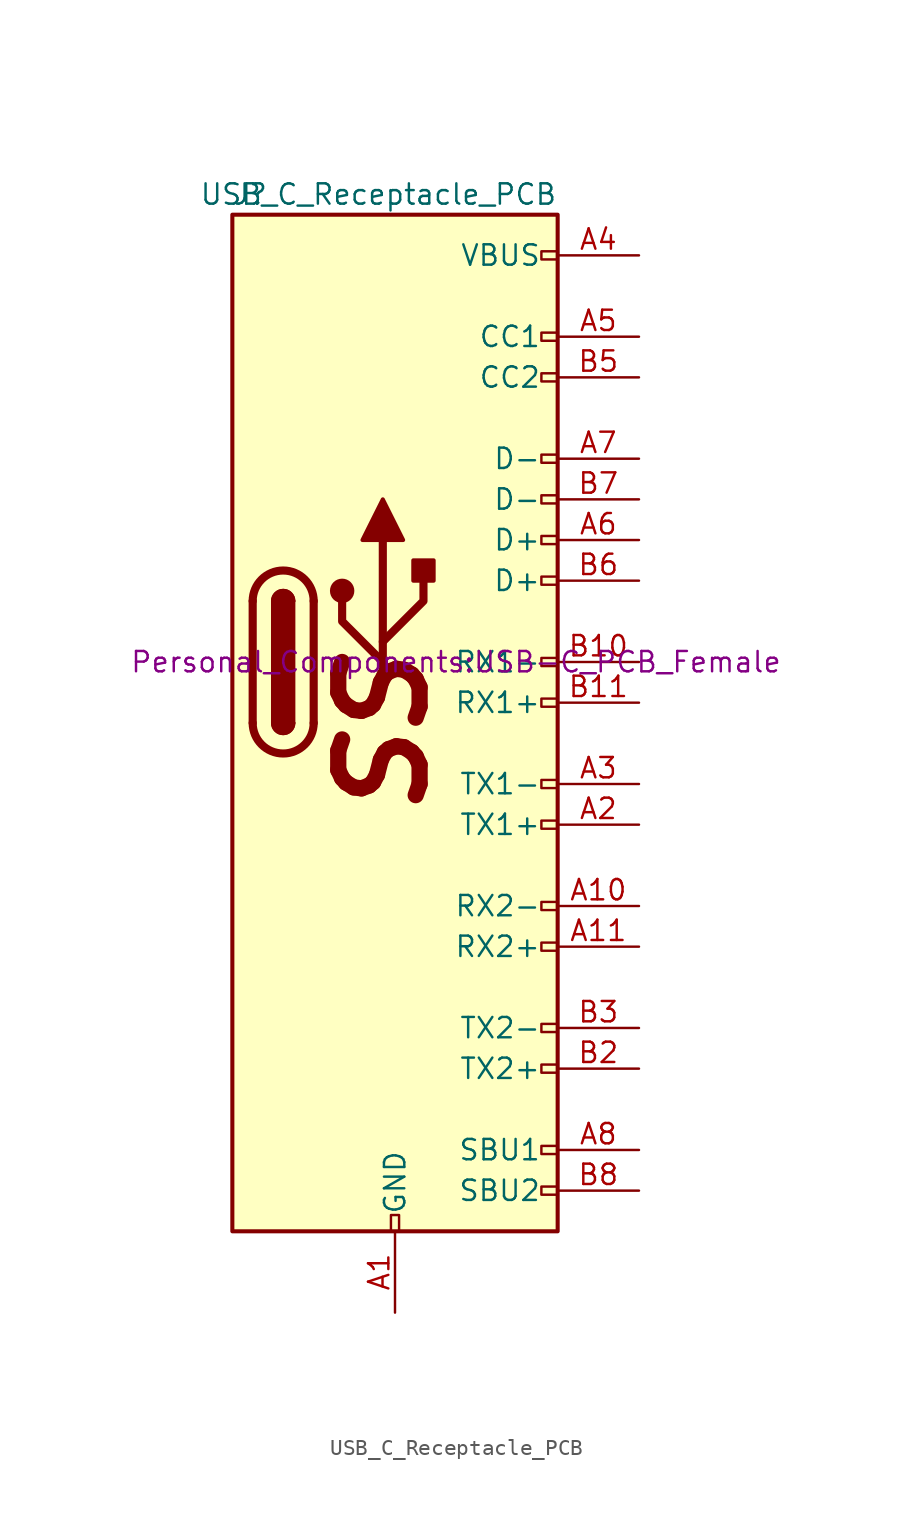
<source format=kicad_sym>
(kicad_symbol_lib
  (version 20211014)
  (generator kicad_symbol_editor)
  (symbol "USB_C_Receptacle_PCB"
    (pin_names
      (offset 1.016))
    (property "Reference" "J"
      (at -10.16 29.21 0)
      (effects (font (size 1.27 1.27)) (justify left)))
    (property "Value" "USB_C_Receptacle_PCB"
      (at 10.16 29.21 0)
      (effects (font (size 1.27 1.27)) (justify right)))
    (property "Footprint" "Personal_Components:USB-C_PCB_Female"
      (at 3.81 0 0)
      (effects (font (size 1.27 1.27))))
    (symbol "USB_C_Receptacle_PCB_0_0"
      (rectangle (start -0.254 -35.56) (end 0.254 -34.544) (stroke (width 0) (type default) (color 0 0 0 0)) (fill (type none)))
      (rectangle (start 10.16 -32.766) (end 9.144 -33.274) (stroke (width 0) (type default) (color 0 0 0 0)) (fill (type none)))
      (rectangle (start 10.16 -30.226) (end 9.144 -30.734) (stroke (width 0) (type default) (color 0 0 0 0)) (fill (type none)))
      (rectangle (start 10.16 -25.146) (end 9.144 -25.654) (stroke (width 0) (type default) (color 0 0 0 0)) (fill (type none)))
      (rectangle (start 10.16 -22.606) (end 9.144 -23.114) (stroke (width 0) (type default) (color 0 0 0 0)) (fill (type none)))
      (rectangle (start 10.16 -17.526) (end 9.144 -18.034) (stroke (width 0) (type default) (color 0 0 0 0)) (fill (type none)))
      (rectangle (start 10.16 -14.986) (end 9.144 -15.494) (stroke (width 0) (type default) (color 0 0 0 0)) (fill (type none)))
      (rectangle (start 10.16 -9.906) (end 9.144 -10.414) (stroke (width 0) (type default) (color 0 0 0 0)) (fill (type none)))
      (rectangle (start 10.16 -7.366) (end 9.144 -7.874) (stroke (width 0) (type default) (color 0 0 0 0)) (fill (type none)))
      (rectangle (start 10.16 -2.286) (end 9.144 -2.794) (stroke (width 0) (type default) (color 0 0 0 0)) (fill (type none)))
      (rectangle (start 10.16 0.254) (end 9.144 -0.254) (stroke (width 0) (type default) (color 0 0 0 0)) (fill (type none)))
      (rectangle (start 10.16 5.334) (end 9.144 4.826) (stroke (width 0) (type default) (color 0 0 0 0)) (fill (type none)))
      (rectangle (start 10.16 7.874) (end 9.144 7.366) (stroke (width 0) (type default) (color 0 0 0 0)) (fill (type none)))
      (rectangle (start 10.16 10.414) (end 9.144 9.906) (stroke (width 0) (type default) (color 0 0 0 0)) (fill (type none)))
      (rectangle (start 10.16 12.954) (end 9.144 12.446) (stroke (width 0) (type default) (color 0 0 0 0)) (fill (type none)))
      (rectangle (start 10.16 18.034) (end 9.144 17.526) (stroke (width 0) (type default) (color 0 0 0 0)) (fill (type none)))
      (rectangle (start 10.16 20.574) (end 9.144 20.066) (stroke (width 0) (type default) (color 0 0 0 0)) (fill (type none)))
      (rectangle (start 10.16 25.654) (end 9.144 25.146) (stroke (width 0) (type default) (color 0 0 0 0)) (fill (type none)))
      (text "SS" (at -0.762 -4.445 900) (effects (font (size 5.08 5.08) bold italic))))
    (symbol "USB_C_Receptacle_PCB_0_1"
      (rectangle (start -10.16 27.94) (end 10.16 -35.56) (stroke (width 0.254) (type default) (color 0 0 0 0)) (fill (type background)))
      (arc (start -8.89 -3.81) (mid -6.985 -5.715) (end -5.08 -3.81) (stroke (width 0.508) (type default) (color 0 0 0 0)) (fill (type none)))
      (arc (start -7.62 -3.81) (mid -6.985 -4.445) (end -6.35 -3.81) (stroke (width 0.254) (type default) (color 0 0 0 0)) (fill (type none)))
      (arc (start -7.62 -3.81) (mid -6.985 -4.445) (end -6.35 -3.81) (stroke (width 0.254) (type default) (color 0 0 0 0)) (fill (type outline)))
      (rectangle (start -7.62 -3.81) (end -6.35 3.81) (stroke (width 0.254) (type default) (color 0 0 0 0)) (fill (type outline)))
      (arc (start -6.35 3.81) (mid -6.985 4.445) (end -7.62 3.81) (stroke (width 0.254) (type default) (color 0 0 0 0)) (fill (type none)))
      (arc (start -6.35 3.81) (mid -6.985 4.445) (end -7.62 3.81) (stroke (width 0.254) (type default) (color 0 0 0 0)) (fill (type outline)))
      (arc (start -5.08 3.81) (mid -6.985 5.715) (end -8.89 3.81) (stroke (width 0.508) (type default) (color 0 0 0 0)) (fill (type none)))
      (circle (center -3.302 4.445) (radius 0.635) (stroke (width 0.254) (type default) (color 0 0 0 0)) (fill (type outline)))
      (polyline (pts (xy -8.89 -3.81) (xy -8.89 3.81)) (stroke (width 0.508) (type default) (color 0 0 0 0)) (fill (type none)))
      (polyline (pts (xy -5.08 3.81) (xy -5.08 -3.81)) (stroke (width 0.508) (type default) (color 0 0 0 0)) (fill (type none)))
      (polyline (pts (xy -0.762 -1.27) (xy -0.762 7.62)) (stroke (width 0.508) (type default) (color 0 0 0 0)) (fill (type none)))
      (polyline (pts (xy -0.762 0) (xy -3.302 2.54) (xy -3.302 3.81)) (stroke (width 0.508) (type default) (color 0 0 0 0)) (fill (type none)))
      (polyline (pts (xy -0.762 1.27) (xy 1.778 3.81) (xy 1.778 5.08)) (stroke (width 0.508) (type default) (color 0 0 0 0)) (fill (type none)))
      (polyline (pts (xy -2.032 7.62) (xy -0.762 10.16) (xy 0.508 7.62) (xy -2.032 7.62)) (stroke (width 0.254) (type default) (color 0 0 0 0)) (fill (type outline)))
      (rectangle (start 1.143 5.08) (end 2.413 6.35) (stroke (width 0.254) (type default) (color 0 0 0 0)) (fill (type outline))))
    (symbol "USB_C_Receptacle_PCB_1_1"
      (pin power_in line (at 0 -40.64 90) (length 5.08) (name "GND" (effects (font (size 1.27 1.27)))) (number "A1" (effects (font (size 1.27 1.27)))))
      (pin bidirectional line (at 15.24 -15.24 180) (length 5.08) (name "RX2-" (effects (font (size 1.27 1.27)))) (number "A10" (effects (font (size 1.27 1.27)))))
      (pin bidirectional line (at 15.24 -17.78 180) (length 5.08) (name "RX2+" (effects (font (size 1.27 1.27)))) (number "A11" (effects (font (size 1.27 1.27)))))
      (pin passive line (at 0 -40.64 90) (length 5.08) hide (name "GND" (effects (font (size 1.27 1.27)))) (number "A12" (effects (font (size 1.27 1.27)))))
      (pin bidirectional line (at 15.24 -10.16 180) (length 5.08) (name "TX1+" (effects (font (size 1.27 1.27)))) (number "A2" (effects (font (size 1.27 1.27)))))
      (pin bidirectional line (at 15.24 -7.62 180) (length 5.08) (name "TX1-" (effects (font (size 1.27 1.27)))) (number "A3" (effects (font (size 1.27 1.27)))))
      (pin power_in line (at 15.24 25.4 180) (length 5.08) (name "VBUS" (effects (font (size 1.27 1.27)))) (number "A4" (effects (font (size 1.27 1.27)))))
      (pin bidirectional line (at 15.24 20.32 180) (length 5.08) (name "CC1" (effects (font (size 1.27 1.27)))) (number "A5" (effects (font (size 1.27 1.27)))))
      (pin bidirectional line (at 15.24 7.62 180) (length 5.08) (name "D+" (effects (font (size 1.27 1.27)))) (number "A6" (effects (font (size 1.27 1.27)))))
      (pin bidirectional line (at 15.24 12.7 180) (length 5.08) (name "D-" (effects (font (size 1.27 1.27)))) (number "A7" (effects (font (size 1.27 1.27)))))
      (pin bidirectional line (at 15.24 -30.48 180) (length 5.08) (name "SBU1" (effects (font (size 1.27 1.27)))) (number "A8" (effects (font (size 1.27 1.27)))))
      (pin passive line (at 15.24 25.4 180) (length 5.08) hide (name "VBUS" (effects (font (size 1.27 1.27)))) (number "A9" (effects (font (size 1.27 1.27)))))
      (pin passive line (at 0 -40.64 90) (length 5.08) hide (name "GND" (effects (font (size 1.27 1.27)))) (number "B1" (effects (font (size 1.27 1.27)))))
      (pin bidirectional line (at 15.24 0 180) (length 5.08) (name "RX1-" (effects (font (size 1.27 1.27)))) (number "B10" (effects (font (size 1.27 1.27)))))
      (pin bidirectional line (at 15.24 -2.54 180) (length 5.08) (name "RX1+" (effects (font (size 1.27 1.27)))) (number "B11" (effects (font (size 1.27 1.27)))))
      (pin passive line (at 0 -40.64 90) (length 5.08) hide (name "GND" (effects (font (size 1.27 1.27)))) (number "B12" (effects (font (size 1.27 1.27)))))
      (pin bidirectional line (at 15.24 -25.4 180) (length 5.08) (name "TX2+" (effects (font (size 1.27 1.27)))) (number "B2" (effects (font (size 1.27 1.27)))))
      (pin bidirectional line (at 15.24 -22.86 180) (length 5.08) (name "TX2-" (effects (font (size 1.27 1.27)))) (number "B3" (effects (font (size 1.27 1.27)))))
      (pin passive line (at 15.24 25.4 180) (length 5.08) hide (name "VBUS" (effects (font (size 1.27 1.27)))) (number "B4" (effects (font (size 1.27 1.27)))))
      (pin bidirectional line (at 15.24 17.78 180) (length 5.08) (name "CC2" (effects (font (size 1.27 1.27)))) (number "B5" (effects (font (size 1.27 1.27)))))
      (pin bidirectional line (at 15.24 5.08 180) (length 5.08) (name "D+" (effects (font (size 1.27 1.27)))) (number "B6" (effects (font (size 1.27 1.27)))))
      (pin bidirectional line (at 15.24 10.16 180) (length 5.08) (name "D-" (effects (font (size 1.27 1.27)))) (number "B7" (effects (font (size 1.27 1.27)))))
      (pin bidirectional line (at 15.24 -33.02 180) (length 5.08) (name "SBU2" (effects (font (size 1.27 1.27)))) (number "B8" (effects (font (size 1.27 1.27)))))
      (pin passive line (at 15.24 25.4 180) (length 5.08) hide (name "VBUS" (effects (font (size 1.27 1.27)))) (number "B9" (effects (font (size 1.27 1.27))))))))
</source>
